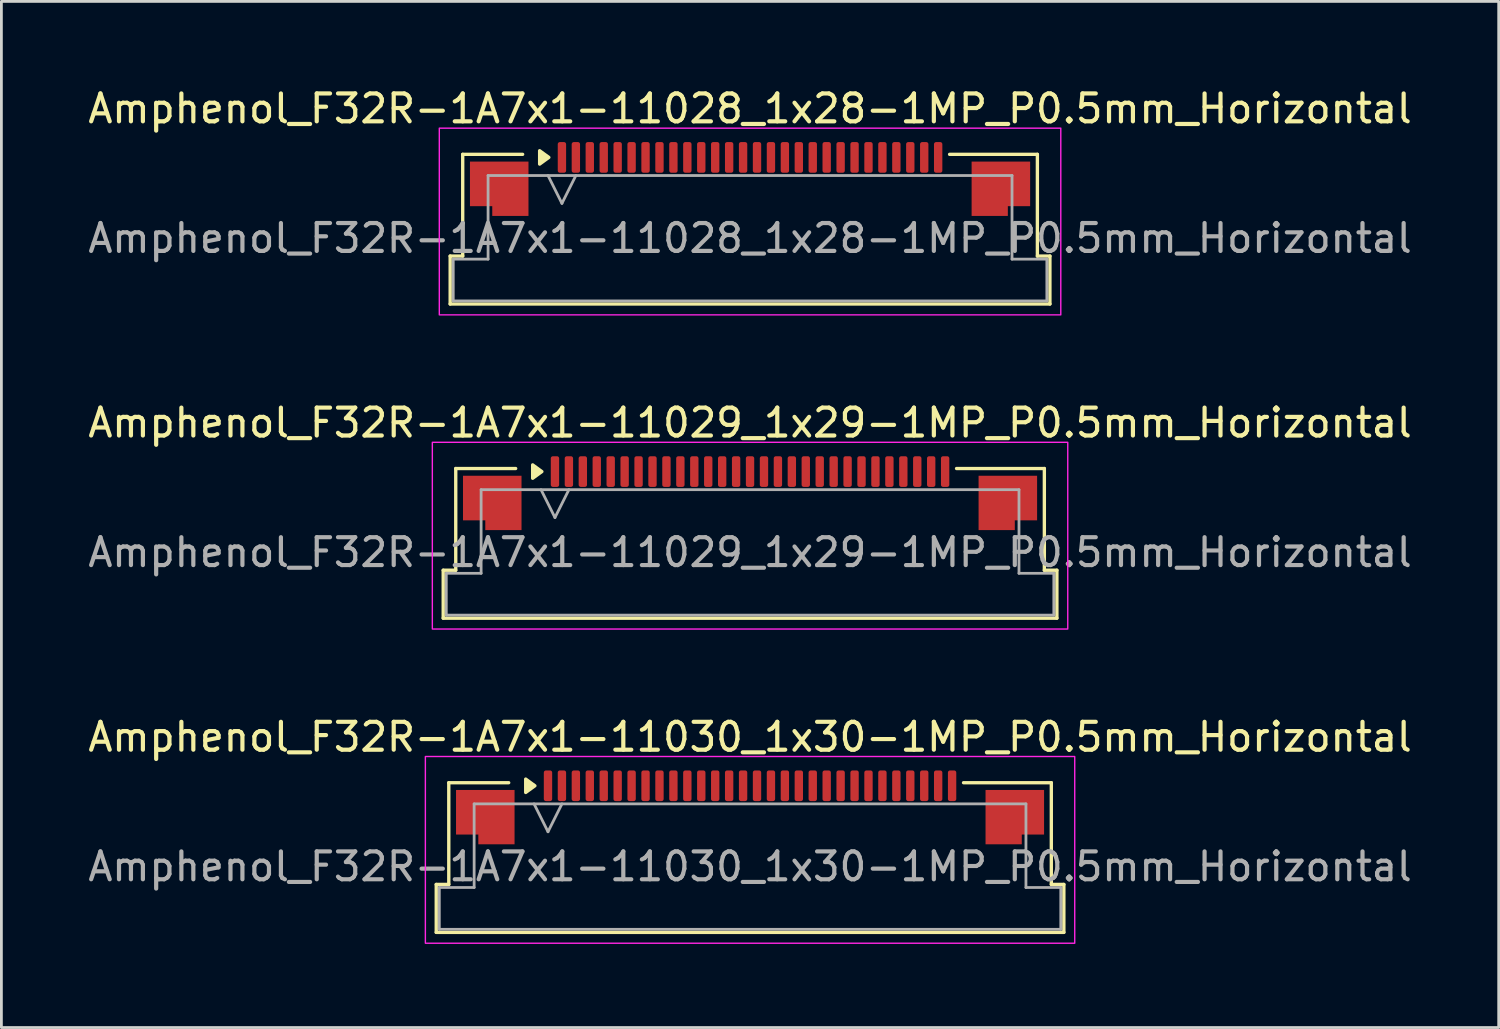
<source format=kicad_pcb>
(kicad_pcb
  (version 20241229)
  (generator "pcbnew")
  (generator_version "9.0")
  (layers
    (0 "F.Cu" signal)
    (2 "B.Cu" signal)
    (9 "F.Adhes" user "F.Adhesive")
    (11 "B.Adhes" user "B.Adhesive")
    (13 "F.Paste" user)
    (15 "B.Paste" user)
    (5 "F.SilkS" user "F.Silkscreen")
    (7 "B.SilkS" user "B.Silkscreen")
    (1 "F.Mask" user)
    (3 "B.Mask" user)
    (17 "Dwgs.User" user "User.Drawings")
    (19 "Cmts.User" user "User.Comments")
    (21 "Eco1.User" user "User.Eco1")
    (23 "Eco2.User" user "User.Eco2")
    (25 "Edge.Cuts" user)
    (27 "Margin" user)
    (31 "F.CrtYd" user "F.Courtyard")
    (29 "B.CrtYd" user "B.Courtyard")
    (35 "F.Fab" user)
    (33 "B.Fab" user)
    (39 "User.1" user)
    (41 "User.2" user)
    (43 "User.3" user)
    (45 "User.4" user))
  (footprint "Amphenol_F32R-1A7x1-11028_1x28-1MP_P0.5mm_Horizontal"
    (layer "F.Cu")
    (at 23.863 5.498)
    (property "Reference" "Amphenol_F32R-1A7x1-11028_1x28-1MP_P0.5mm_Horizontal" (at 0 -4.65 0) (layer "F.SilkS") (effects (font (size 1 1) (thickness 0.15))))
    (attr smd)
    (fp_line (start -10.76 0.64) (end -10.31 0.64) (stroke (width 0.12) (type solid)) (layer "F.SilkS"))
    (fp_line (start -10.76 2.36) (end -10.76 0.64) (stroke (width 0.12) (type solid)) (layer "F.SilkS"))
    (fp_line (start -10.31 -3.01) (end -8.16 -3.01) (stroke (width 0.12) (type solid)) (layer "F.SilkS"))
    (fp_line (start -10.31 0.64) (end -10.31 -3.01) (stroke (width 0.12) (type solid)) (layer "F.SilkS"))
    (fp_line (start 7.16 -3.01) (end 10.31 -3.01) (stroke (width 0.12) (type solid)) (layer "F.SilkS"))
    (fp_line (start 10.31 -3.01) (end 10.31 0.64) (stroke (width 0.12) (type solid)) (layer "F.SilkS"))
    (fp_line (start 10.31 0.64) (end 10.76 0.64) (stroke (width 0.12) (type solid)) (layer "F.SilkS"))
    (fp_line (start 10.76 0.64) (end 10.76 2.36) (stroke (width 0.12) (type solid)) (layer "F.SilkS"))
    (fp_line (start 10.76 2.36) (end -10.76 2.36) (stroke (width 0.12) (type solid)) (layer "F.SilkS"))
    (fp_poly (pts (xy -7.22 -2.9) (xy -7.55 -2.66) (xy -7.55 -3.14)) (stroke (width 0.12) (type solid)) (fill yes) (layer "F.SilkS"))
    (fp_rect (start -11.15 -3.95) (end 11.15 2.75) (stroke (width 0.05) (type solid)) (fill no) (layer "F.CrtYd"))
    (fp_line (start -10.65 0.75) (end -9.4 0.75) (stroke (width 0.1) (type solid)) (layer "F.Fab"))
    (fp_line (start -10.65 2.25) (end -10.65 0.75) (stroke (width 0.1) (type solid)) (layer "F.Fab"))
    (fp_line (start -9.4 -2.25) (end 9.4 -2.25) (stroke (width 0.1) (type solid)) (layer "F.Fab"))
    (fp_line (start -9.4 0.75) (end -9.4 -2.25) (stroke (width 0.1) (type solid)) (layer "F.Fab"))
    (fp_line (start -7.25 -2.25) (end -6.75 -1.25) (stroke (width 0.1) (type solid)) (layer "F.Fab"))
    (fp_line (start -6.75 -1.25) (end -6.25 -2.25) (stroke (width 0.1) (type solid)) (layer "F.Fab"))
    (fp_line (start 9.4 -2.25) (end 9.4 0.75) (stroke (width 0.1) (type solid)) (layer "F.Fab"))
    (fp_line (start 9.4 0.75) (end 10.65 0.75) (stroke (width 0.1) (type solid)) (layer "F.Fab"))
    (fp_line (start 10.65 0.75) (end 10.65 2.25) (stroke (width 0.1) (type solid)) (layer "F.Fab"))
    (fp_line (start 10.65 2.25) (end -10.65 2.25) (stroke (width 0.1) (type solid)) (layer "F.Fab"))
    (fp_text user "${REFERENCE}" (at 0 0 0) (layer "F.Fab") (effects (font (size 1 1) (thickness 0.15))))
    (pad "1" smd roundrect (at -6.75 -2.9) (size 0.3 1.1) (layers "F.Cu" "F.Mask" "F.Paste") (roundrect_rratio 0.25))
    (pad "2" smd roundrect (at -6.25 -2.9) (size 0.3 1.1) (layers "F.Cu" "F.Mask" "F.Paste") (roundrect_rratio 0.25))
    (pad "3" smd roundrect (at -5.75 -2.9) (size 0.3 1.1) (layers "F.Cu" "F.Mask" "F.Paste") (roundrect_rratio 0.25))
    (pad "4" smd roundrect (at -5.25 -2.9) (size 0.3 1.1) (layers "F.Cu" "F.Mask" "F.Paste") (roundrect_rratio 0.25))
    (pad "5" smd roundrect (at -4.75 -2.9) (size 0.3 1.1) (layers "F.Cu" "F.Mask" "F.Paste") (roundrect_rratio 0.25))
    (pad "6" smd roundrect (at -4.25 -2.9) (size 0.3 1.1) (layers "F.Cu" "F.Mask" "F.Paste") (roundrect_rratio 0.25))
    (pad "7" smd roundrect (at -3.75 -2.9) (size 0.3 1.1) (layers "F.Cu" "F.Mask" "F.Paste") (roundrect_rratio 0.25))
    (pad "8" smd roundrect (at -3.25 -2.9) (size 0.3 1.1) (layers "F.Cu" "F.Mask" "F.Paste") (roundrect_rratio 0.25))
    (pad "9" smd roundrect (at -2.75 -2.9) (size 0.3 1.1) (layers "F.Cu" "F.Mask" "F.Paste") (roundrect_rratio 0.25))
    (pad "10" smd roundrect (at -2.25 -2.9) (size 0.3 1.1) (layers "F.Cu" "F.Mask" "F.Paste") (roundrect_rratio 0.25))
    (pad "11" smd roundrect (at -1.75 -2.9) (size 0.3 1.1) (layers "F.Cu" "F.Mask" "F.Paste") (roundrect_rratio 0.25))
    (pad "12" smd roundrect (at -1.25 -2.9) (size 0.3 1.1) (layers "F.Cu" "F.Mask" "F.Paste") (roundrect_rratio 0.25))
    (pad "13" smd roundrect (at -0.75 -2.9) (size 0.3 1.1) (layers "F.Cu" "F.Mask" "F.Paste") (roundrect_rratio 0.25))
    (pad "14" smd roundrect (at -0.25 -2.9) (size 0.3 1.1) (layers "F.Cu" "F.Mask" "F.Paste") (roundrect_rratio 0.25))
    (pad "15" smd roundrect (at 0.25 -2.9) (size 0.3 1.1) (layers "F.Cu" "F.Mask" "F.Paste") (roundrect_rratio 0.25))
    (pad "16" smd roundrect (at 0.75 -2.9) (size 0.3 1.1) (layers "F.Cu" "F.Mask" "F.Paste") (roundrect_rratio 0.25))
    (pad "17" smd roundrect (at 1.25 -2.9) (size 0.3 1.1) (layers "F.Cu" "F.Mask" "F.Paste") (roundrect_rratio 0.25))
    (pad "18" smd roundrect (at 1.75 -2.9) (size 0.3 1.1) (layers "F.Cu" "F.Mask" "F.Paste") (roundrect_rratio 0.25))
    (pad "19" smd roundrect (at 2.25 -2.9) (size 0.3 1.1) (layers "F.Cu" "F.Mask" "F.Paste") (roundrect_rratio 0.25))
    (pad "20" smd roundrect (at 2.75 -2.9) (size 0.3 1.1) (layers "F.Cu" "F.Mask" "F.Paste") (roundrect_rratio 0.25))
    (pad "21" smd roundrect (at 3.25 -2.9) (size 0.3 1.1) (layers "F.Cu" "F.Mask" "F.Paste") (roundrect_rratio 0.25))
    (pad "22" smd roundrect (at 3.75 -2.9) (size 0.3 1.1) (layers "F.Cu" "F.Mask" "F.Paste") (roundrect_rratio 0.25))
    (pad "23" smd roundrect (at 4.25 -2.9) (size 0.3 1.1) (layers "F.Cu" "F.Mask" "F.Paste") (roundrect_rratio 0.25))
    (pad "24" smd roundrect (at 4.75 -2.9) (size 0.3 1.1) (layers "F.Cu" "F.Mask" "F.Paste") (roundrect_rratio 0.25))
    (pad "25" smd roundrect (at 5.25 -2.9) (size 0.3 1.1) (layers "F.Cu" "F.Mask" "F.Paste") (roundrect_rratio 0.25))
    (pad "26" smd roundrect (at 5.75 -2.9) (size 0.3 1.1) (layers "F.Cu" "F.Mask" "F.Paste") (roundrect_rratio 0.25))
    (pad "27" smd roundrect (at 6.25 -2.9) (size 0.3 1.1) (layers "F.Cu" "F.Mask" "F.Paste") (roundrect_rratio 0.25))
    (pad "28" smd roundrect (at 6.75 -2.9) (size 0.3 1.1) (layers "F.Cu" "F.Mask" "F.Paste") (roundrect_rratio 0.25))
    (pad "MP" smd custom (at -9 -1.775) (size 1 1) (layers "F.Cu" "F.Mask" "F.Paste") (options (anchor circle)) (primitives (gr_poly (pts (xy 1.05 -0.975) (xy 1.05 0.975) (xy -0.25 0.975) (xy -0.25 0.625) (xy -1.05 0.625) (xy -1.05 -0.975)) (width 0) (fill yes))))
    (pad "MP" smd custom (at 9 -1.775) (size 1 1) (layers "F.Cu" "F.Mask" "F.Paste") (options (anchor circle)) (primitives (gr_poly (pts (xy -1.05 -0.975) (xy -1.05 0.975) (xy 0.25 0.975) (xy 0.25 0.625) (xy 1.05 0.625) (xy 1.05 -0.975)) (width 0) (fill yes)))))
  (footprint "Amphenol_F32R-1A7x1-11030_1x30-1MP_P0.5mm_Horizontal"
    (layer "F.Cu")
    (at 23.863 28.045)
    (property "Reference" "Amphenol_F32R-1A7x1-11030_1x30-1MP_P0.5mm_Horizontal" (at 0 -4.65 0) (layer "F.SilkS") (effects (font (size 1 1) (thickness 0.15))))
    (attr smd)
    (fp_line (start -11.26 0.64) (end -10.81 0.64) (stroke (width 0.12) (type solid)) (layer "F.SilkS"))
    (fp_line (start -11.26 2.36) (end -11.26 0.64) (stroke (width 0.12) (type solid)) (layer "F.SilkS"))
    (fp_line (start -10.81 -3.01) (end -8.66 -3.01) (stroke (width 0.12) (type solid)) (layer "F.SilkS"))
    (fp_line (start -10.81 0.64) (end -10.81 -3.01) (stroke (width 0.12) (type solid)) (layer "F.SilkS"))
    (fp_line (start 7.66 -3.01) (end 10.81 -3.01) (stroke (width 0.12) (type solid)) (layer "F.SilkS"))
    (fp_line (start 10.81 -3.01) (end 10.81 0.64) (stroke (width 0.12) (type solid)) (layer "F.SilkS"))
    (fp_line (start 10.81 0.64) (end 11.26 0.64) (stroke (width 0.12) (type solid)) (layer "F.SilkS"))
    (fp_line (start 11.26 0.64) (end 11.26 2.36) (stroke (width 0.12) (type solid)) (layer "F.SilkS"))
    (fp_line (start 11.26 2.36) (end -11.26 2.36) (stroke (width 0.12) (type solid)) (layer "F.SilkS"))
    (fp_poly (pts (xy -7.72 -2.9) (xy -8.05 -2.66) (xy -8.05 -3.14)) (stroke (width 0.12) (type solid)) (fill yes) (layer "F.SilkS"))
    (fp_rect (start -11.65 -3.95) (end 11.65 2.75) (stroke (width 0.05) (type solid)) (fill no) (layer "F.CrtYd"))
    (fp_line (start -11.15 0.75) (end -9.9 0.75) (stroke (width 0.1) (type solid)) (layer "F.Fab"))
    (fp_line (start -11.15 2.25) (end -11.15 0.75) (stroke (width 0.1) (type solid)) (layer "F.Fab"))
    (fp_line (start -9.9 -2.25) (end 9.9 -2.25) (stroke (width 0.1) (type solid)) (layer "F.Fab"))
    (fp_line (start -9.9 0.75) (end -9.9 -2.25) (stroke (width 0.1) (type solid)) (layer "F.Fab"))
    (fp_line (start -7.75 -2.25) (end -7.25 -1.25) (stroke (width 0.1) (type solid)) (layer "F.Fab"))
    (fp_line (start -7.25 -1.25) (end -6.75 -2.25) (stroke (width 0.1) (type solid)) (layer "F.Fab"))
    (fp_line (start 9.9 -2.25) (end 9.9 0.75) (stroke (width 0.1) (type solid)) (layer "F.Fab"))
    (fp_line (start 9.9 0.75) (end 11.15 0.75) (stroke (width 0.1) (type solid)) (layer "F.Fab"))
    (fp_line (start 11.15 0.75) (end 11.15 2.25) (stroke (width 0.1) (type solid)) (layer "F.Fab"))
    (fp_line (start 11.15 2.25) (end -11.15 2.25) (stroke (width 0.1) (type solid)) (layer "F.Fab"))
    (fp_text user "${REFERENCE}" (at 0 0 0) (layer "F.Fab") (effects (font (size 1 1) (thickness 0.15))))
    (pad "1" smd roundrect (at -7.25 -2.9) (size 0.3 1.1) (layers "F.Cu" "F.Mask" "F.Paste") (roundrect_rratio 0.25))
    (pad "2" smd roundrect (at -6.75 -2.9) (size 0.3 1.1) (layers "F.Cu" "F.Mask" "F.Paste") (roundrect_rratio 0.25))
    (pad "3" smd roundrect (at -6.25 -2.9) (size 0.3 1.1) (layers "F.Cu" "F.Mask" "F.Paste") (roundrect_rratio 0.25))
    (pad "4" smd roundrect (at -5.75 -2.9) (size 0.3 1.1) (layers "F.Cu" "F.Mask" "F.Paste") (roundrect_rratio 0.25))
    (pad "5" smd roundrect (at -5.25 -2.9) (size 0.3 1.1) (layers "F.Cu" "F.Mask" "F.Paste") (roundrect_rratio 0.25))
    (pad "6" smd roundrect (at -4.75 -2.9) (size 0.3 1.1) (layers "F.Cu" "F.Mask" "F.Paste") (roundrect_rratio 0.25))
    (pad "7" smd roundrect (at -4.25 -2.9) (size 0.3 1.1) (layers "F.Cu" "F.Mask" "F.Paste") (roundrect_rratio 0.25))
    (pad "8" smd roundrect (at -3.75 -2.9) (size 0.3 1.1) (layers "F.Cu" "F.Mask" "F.Paste") (roundrect_rratio 0.25))
    (pad "9" smd roundrect (at -3.25 -2.9) (size 0.3 1.1) (layers "F.Cu" "F.Mask" "F.Paste") (roundrect_rratio 0.25))
    (pad "10" smd roundrect (at -2.75 -2.9) (size 0.3 1.1) (layers "F.Cu" "F.Mask" "F.Paste") (roundrect_rratio 0.25))
    (pad "11" smd roundrect (at -2.25 -2.9) (size 0.3 1.1) (layers "F.Cu" "F.Mask" "F.Paste") (roundrect_rratio 0.25))
    (pad "12" smd roundrect (at -1.75 -2.9) (size 0.3 1.1) (layers "F.Cu" "F.Mask" "F.Paste") (roundrect_rratio 0.25))
    (pad "13" smd roundrect (at -1.25 -2.9) (size 0.3 1.1) (layers "F.Cu" "F.Mask" "F.Paste") (roundrect_rratio 0.25))
    (pad "14" smd roundrect (at -0.75 -2.9) (size 0.3 1.1) (layers "F.Cu" "F.Mask" "F.Paste") (roundrect_rratio 0.25))
    (pad "15" smd roundrect (at -0.25 -2.9) (size 0.3 1.1) (layers "F.Cu" "F.Mask" "F.Paste") (roundrect_rratio 0.25))
    (pad "16" smd roundrect (at 0.25 -2.9) (size 0.3 1.1) (layers "F.Cu" "F.Mask" "F.Paste") (roundrect_rratio 0.25))
    (pad "17" smd roundrect (at 0.75 -2.9) (size 0.3 1.1) (layers "F.Cu" "F.Mask" "F.Paste") (roundrect_rratio 0.25))
    (pad "18" smd roundrect (at 1.25 -2.9) (size 0.3 1.1) (layers "F.Cu" "F.Mask" "F.Paste") (roundrect_rratio 0.25))
    (pad "19" smd roundrect (at 1.75 -2.9) (size 0.3 1.1) (layers "F.Cu" "F.Mask" "F.Paste") (roundrect_rratio 0.25))
    (pad "20" smd roundrect (at 2.25 -2.9) (size 0.3 1.1) (layers "F.Cu" "F.Mask" "F.Paste") (roundrect_rratio 0.25))
    (pad "21" smd roundrect (at 2.75 -2.9) (size 0.3 1.1) (layers "F.Cu" "F.Mask" "F.Paste") (roundrect_rratio 0.25))
    (pad "22" smd roundrect (at 3.25 -2.9) (size 0.3 1.1) (layers "F.Cu" "F.Mask" "F.Paste") (roundrect_rratio 0.25))
    (pad "23" smd roundrect (at 3.75 -2.9) (size 0.3 1.1) (layers "F.Cu" "F.Mask" "F.Paste") (roundrect_rratio 0.25))
    (pad "24" smd roundrect (at 4.25 -2.9) (size 0.3 1.1) (layers "F.Cu" "F.Mask" "F.Paste") (roundrect_rratio 0.25))
    (pad "25" smd roundrect (at 4.75 -2.9) (size 0.3 1.1) (layers "F.Cu" "F.Mask" "F.Paste") (roundrect_rratio 0.25))
    (pad "26" smd roundrect (at 5.25 -2.9) (size 0.3 1.1) (layers "F.Cu" "F.Mask" "F.Paste") (roundrect_rratio 0.25))
    (pad "27" smd roundrect (at 5.75 -2.9) (size 0.3 1.1) (layers "F.Cu" "F.Mask" "F.Paste") (roundrect_rratio 0.25))
    (pad "28" smd roundrect (at 6.25 -2.9) (size 0.3 1.1) (layers "F.Cu" "F.Mask" "F.Paste") (roundrect_rratio 0.25))
    (pad "29" smd roundrect (at 6.75 -2.9) (size 0.3 1.1) (layers "F.Cu" "F.Mask" "F.Paste") (roundrect_rratio 0.25))
    (pad "30" smd roundrect (at 7.25 -2.9) (size 0.3 1.1) (layers "F.Cu" "F.Mask" "F.Paste") (roundrect_rratio 0.25))
    (pad "MP" smd custom (at -9.5 -1.775) (size 1 1) (layers "F.Cu" "F.Mask" "F.Paste") (options (anchor circle)) (primitives (gr_poly (pts (xy 1.05 -0.975) (xy 1.05 0.975) (xy -0.25 0.975) (xy -0.25 0.625) (xy -1.05 0.625) (xy -1.05 -0.975)) (width 0) (fill yes))))
    (pad "MP" smd custom (at 9.5 -1.775) (size 1 1) (layers "F.Cu" "F.Mask" "F.Paste") (options (anchor circle)) (primitives (gr_poly (pts (xy -1.05 -0.975) (xy -1.05 0.975) (xy 0.25 0.975) (xy 0.25 0.625) (xy 1.05 0.625) (xy 1.05 -0.975)) (width 0) (fill yes)))))
  (footprint "Amphenol_F32R-1A7x1-11029_1x29-1MP_P0.5mm_Horizontal"
    (layer "F.Cu")
    (at 23.863 16.771)
    (property "Reference" "Amphenol_F32R-1A7x1-11029_1x29-1MP_P0.5mm_Horizontal" (at 0 -4.65 0) (layer "F.SilkS") (effects (font (size 1 1) (thickness 0.15))))
    (attr smd)
    (fp_line (start -11.01 0.64) (end -10.56 0.64) (stroke (width 0.12) (type solid)) (layer "F.SilkS"))
    (fp_line (start -11.01 2.36) (end -11.01 0.64) (stroke (width 0.12) (type solid)) (layer "F.SilkS"))
    (fp_line (start -10.56 -3.01) (end -8.41 -3.01) (stroke (width 0.12) (type solid)) (layer "F.SilkS"))
    (fp_line (start -10.56 0.64) (end -10.56 -3.01) (stroke (width 0.12) (type solid)) (layer "F.SilkS"))
    (fp_line (start 7.41 -3.01) (end 10.56 -3.01) (stroke (width 0.12) (type solid)) (layer "F.SilkS"))
    (fp_line (start 10.56 -3.01) (end 10.56 0.64) (stroke (width 0.12) (type solid)) (layer "F.SilkS"))
    (fp_line (start 10.56 0.64) (end 11.01 0.64) (stroke (width 0.12) (type solid)) (layer "F.SilkS"))
    (fp_line (start 11.01 0.64) (end 11.01 2.36) (stroke (width 0.12) (type solid)) (layer "F.SilkS"))
    (fp_line (start 11.01 2.36) (end -11.01 2.36) (stroke (width 0.12) (type solid)) (layer "F.SilkS"))
    (fp_poly (pts (xy -7.47 -2.9) (xy -7.8 -2.66) (xy -7.8 -3.14)) (stroke (width 0.12) (type solid)) (fill yes) (layer "F.SilkS"))
    (fp_rect (start -11.4 -3.95) (end 11.4 2.75) (stroke (width 0.05) (type solid)) (fill no) (layer "F.CrtYd"))
    (fp_line (start -10.9 0.75) (end -9.65 0.75) (stroke (width 0.1) (type solid)) (layer "F.Fab"))
    (fp_line (start -10.9 2.25) (end -10.9 0.75) (stroke (width 0.1) (type solid)) (layer "F.Fab"))
    (fp_line (start -9.65 -2.25) (end 9.65 -2.25) (stroke (width 0.1) (type solid)) (layer "F.Fab"))
    (fp_line (start -9.65 0.75) (end -9.65 -2.25) (stroke (width 0.1) (type solid)) (layer "F.Fab"))
    (fp_line (start -7.5 -2.25) (end -7 -1.25) (stroke (width 0.1) (type solid)) (layer "F.Fab"))
    (fp_line (start -7 -1.25) (end -6.5 -2.25) (stroke (width 0.1) (type solid)) (layer "F.Fab"))
    (fp_line (start 9.65 -2.25) (end 9.65 0.75) (stroke (width 0.1) (type solid)) (layer "F.Fab"))
    (fp_line (start 9.65 0.75) (end 10.9 0.75) (stroke (width 0.1) (type solid)) (layer "F.Fab"))
    (fp_line (start 10.9 0.75) (end 10.9 2.25) (stroke (width 0.1) (type solid)) (layer "F.Fab"))
    (fp_line (start 10.9 2.25) (end -10.9 2.25) (stroke (width 0.1) (type solid)) (layer "F.Fab"))
    (fp_text user "${REFERENCE}" (at 0 0 0) (layer "F.Fab") (effects (font (size 1 1) (thickness 0.15))))
    (pad "1" smd roundrect (at -7 -2.9) (size 0.3 1.1) (layers "F.Cu" "F.Mask" "F.Paste") (roundrect_rratio 0.25))
    (pad "2" smd roundrect (at -6.5 -2.9) (size 0.3 1.1) (layers "F.Cu" "F.Mask" "F.Paste") (roundrect_rratio 0.25))
    (pad "3" smd roundrect (at -6 -2.9) (size 0.3 1.1) (layers "F.Cu" "F.Mask" "F.Paste") (roundrect_rratio 0.25))
    (pad "4" smd roundrect (at -5.5 -2.9) (size 0.3 1.1) (layers "F.Cu" "F.Mask" "F.Paste") (roundrect_rratio 0.25))
    (pad "5" smd roundrect (at -5 -2.9) (size 0.3 1.1) (layers "F.Cu" "F.Mask" "F.Paste") (roundrect_rratio 0.25))
    (pad "6" smd roundrect (at -4.5 -2.9) (size 0.3 1.1) (layers "F.Cu" "F.Mask" "F.Paste") (roundrect_rratio 0.25))
    (pad "7" smd roundrect (at -4 -2.9) (size 0.3 1.1) (layers "F.Cu" "F.Mask" "F.Paste") (roundrect_rratio 0.25))
    (pad "8" smd roundrect (at -3.5 -2.9) (size 0.3 1.1) (layers "F.Cu" "F.Mask" "F.Paste") (roundrect_rratio 0.25))
    (pad "9" smd roundrect (at -3 -2.9) (size 0.3 1.1) (layers "F.Cu" "F.Mask" "F.Paste") (roundrect_rratio 0.25))
    (pad "10" smd roundrect (at -2.5 -2.9) (size 0.3 1.1) (layers "F.Cu" "F.Mask" "F.Paste") (roundrect_rratio 0.25))
    (pad "11" smd roundrect (at -2 -2.9) (size 0.3 1.1) (layers "F.Cu" "F.Mask" "F.Paste") (roundrect_rratio 0.25))
    (pad "12" smd roundrect (at -1.5 -2.9) (size 0.3 1.1) (layers "F.Cu" "F.Mask" "F.Paste") (roundrect_rratio 0.25))
    (pad "13" smd roundrect (at -1 -2.9) (size 0.3 1.1) (layers "F.Cu" "F.Mask" "F.Paste") (roundrect_rratio 0.25))
    (pad "14" smd roundrect (at -0.5 -2.9) (size 0.3 1.1) (layers "F.Cu" "F.Mask" "F.Paste") (roundrect_rratio 0.25))
    (pad "15" smd roundrect (at 0 -2.9) (size 0.3 1.1) (layers "F.Cu" "F.Mask" "F.Paste") (roundrect_rratio 0.25))
    (pad "16" smd roundrect (at 0.5 -2.9) (size 0.3 1.1) (layers "F.Cu" "F.Mask" "F.Paste") (roundrect_rratio 0.25))
    (pad "17" smd roundrect (at 1 -2.9) (size 0.3 1.1) (layers "F.Cu" "F.Mask" "F.Paste") (roundrect_rratio 0.25))
    (pad "18" smd roundrect (at 1.5 -2.9) (size 0.3 1.1) (layers "F.Cu" "F.Mask" "F.Paste") (roundrect_rratio 0.25))
    (pad "19" smd roundrect (at 2 -2.9) (size 0.3 1.1) (layers "F.Cu" "F.Mask" "F.Paste") (roundrect_rratio 0.25))
    (pad "20" smd roundrect (at 2.5 -2.9) (size 0.3 1.1) (layers "F.Cu" "F.Mask" "F.Paste") (roundrect_rratio 0.25))
    (pad "21" smd roundrect (at 3 -2.9) (size 0.3 1.1) (layers "F.Cu" "F.Mask" "F.Paste") (roundrect_rratio 0.25))
    (pad "22" smd roundrect (at 3.5 -2.9) (size 0.3 1.1) (layers "F.Cu" "F.Mask" "F.Paste") (roundrect_rratio 0.25))
    (pad "23" smd roundrect (at 4 -2.9) (size 0.3 1.1) (layers "F.Cu" "F.Mask" "F.Paste") (roundrect_rratio 0.25))
    (pad "24" smd roundrect (at 4.5 -2.9) (size 0.3 1.1) (layers "F.Cu" "F.Mask" "F.Paste") (roundrect_rratio 0.25))
    (pad "25" smd roundrect (at 5 -2.9) (size 0.3 1.1) (layers "F.Cu" "F.Mask" "F.Paste") (roundrect_rratio 0.25))
    (pad "26" smd roundrect (at 5.5 -2.9) (size 0.3 1.1) (layers "F.Cu" "F.Mask" "F.Paste") (roundrect_rratio 0.25))
    (pad "27" smd roundrect (at 6 -2.9) (size 0.3 1.1) (layers "F.Cu" "F.Mask" "F.Paste") (roundrect_rratio 0.25))
    (pad "28" smd roundrect (at 6.5 -2.9) (size 0.3 1.1) (layers "F.Cu" "F.Mask" "F.Paste") (roundrect_rratio 0.25))
    (pad "29" smd roundrect (at 7 -2.9) (size 0.3 1.1) (layers "F.Cu" "F.Mask" "F.Paste") (roundrect_rratio 0.25))
    (pad "MP" smd custom (at -9.25 -1.775) (size 1 1) (layers "F.Cu" "F.Mask" "F.Paste") (options (anchor circle)) (primitives (gr_poly (pts (xy 1.05 -0.975) (xy 1.05 0.975) (xy -0.25 0.975) (xy -0.25 0.625) (xy -1.05 0.625) (xy -1.05 -0.975)) (width 0) (fill yes))))
    (pad "MP" smd custom (at 9.25 -1.775) (size 1 1) (layers "F.Cu" "F.Mask" "F.Paste") (options (anchor circle)) (primitives (gr_poly (pts (xy -1.05 -0.975) (xy -1.05 0.975) (xy 0.25 0.975) (xy 0.25 0.625) (xy 1.05 0.625) (xy 1.05 -0.975)) (width 0) (fill yes)))))
  (gr_rect
    (start -3 -3)
    (end 50.726 33.82)
    (stroke (width 0.1) (type default))
    (fill no)
    (layer "Edge.Cuts")))
</source>
